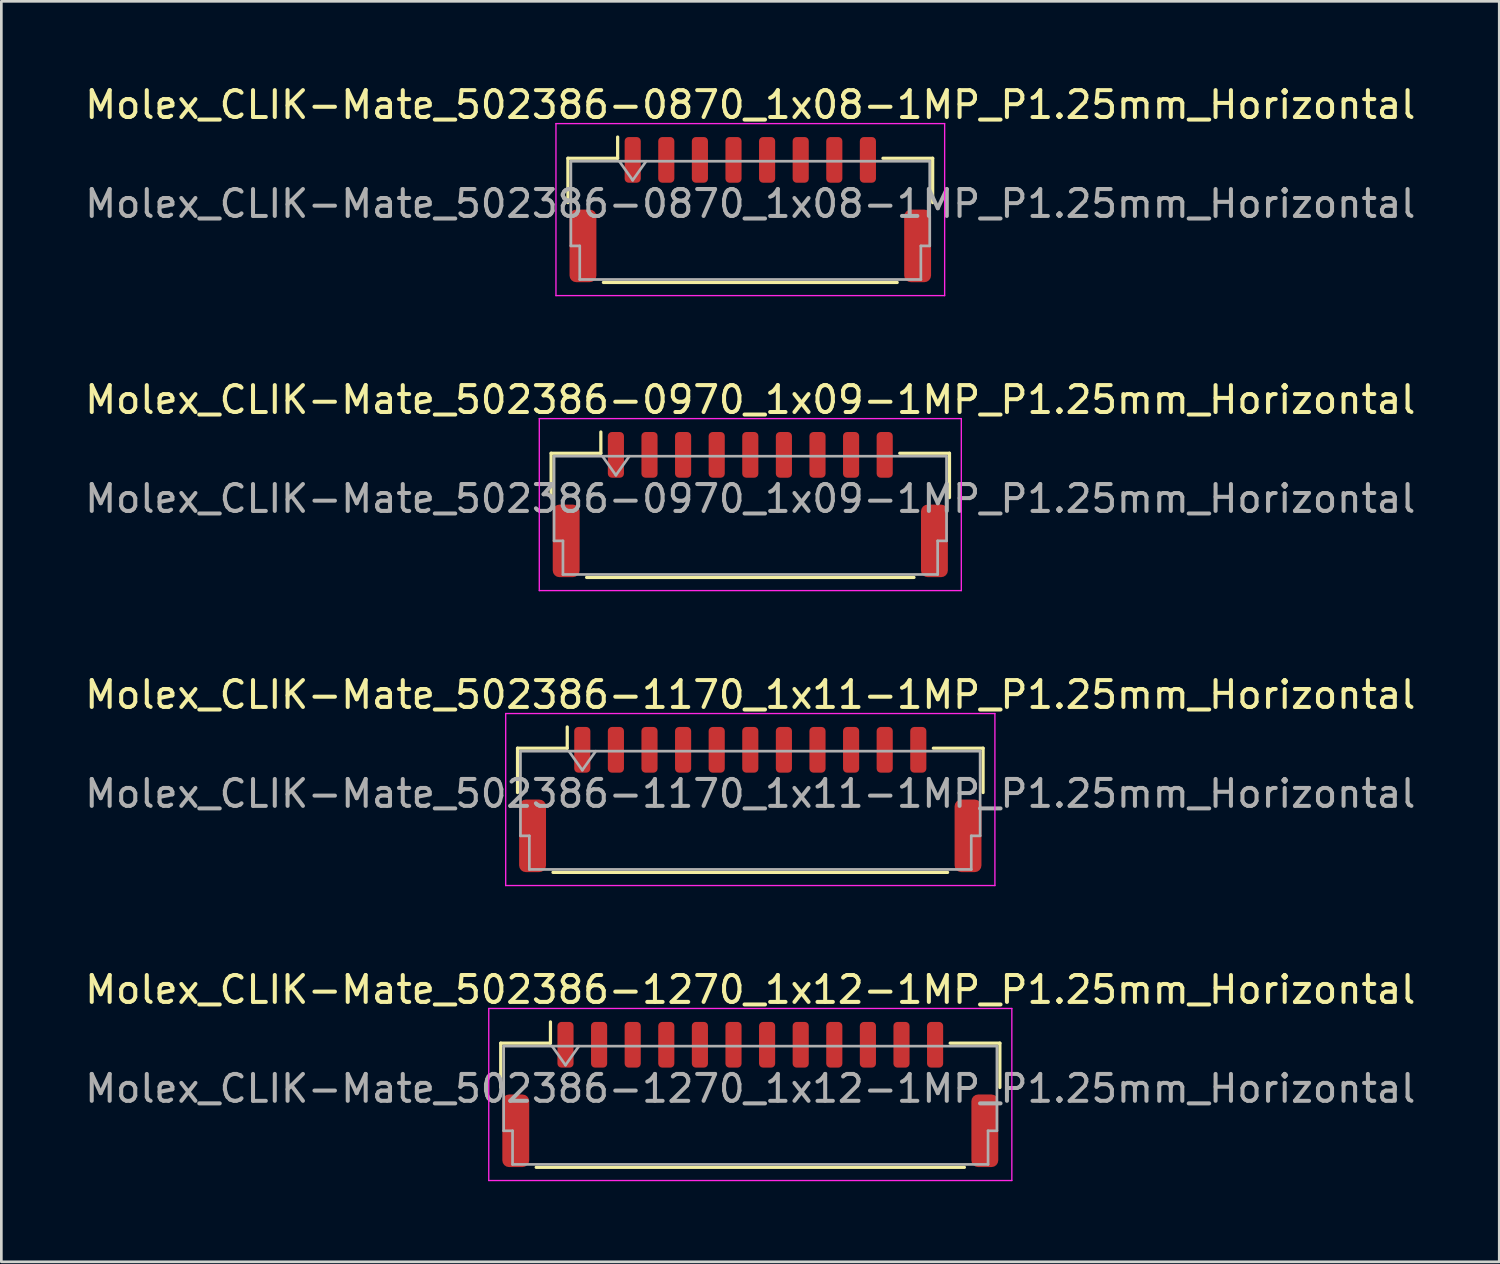
<source format=kicad_pcb>
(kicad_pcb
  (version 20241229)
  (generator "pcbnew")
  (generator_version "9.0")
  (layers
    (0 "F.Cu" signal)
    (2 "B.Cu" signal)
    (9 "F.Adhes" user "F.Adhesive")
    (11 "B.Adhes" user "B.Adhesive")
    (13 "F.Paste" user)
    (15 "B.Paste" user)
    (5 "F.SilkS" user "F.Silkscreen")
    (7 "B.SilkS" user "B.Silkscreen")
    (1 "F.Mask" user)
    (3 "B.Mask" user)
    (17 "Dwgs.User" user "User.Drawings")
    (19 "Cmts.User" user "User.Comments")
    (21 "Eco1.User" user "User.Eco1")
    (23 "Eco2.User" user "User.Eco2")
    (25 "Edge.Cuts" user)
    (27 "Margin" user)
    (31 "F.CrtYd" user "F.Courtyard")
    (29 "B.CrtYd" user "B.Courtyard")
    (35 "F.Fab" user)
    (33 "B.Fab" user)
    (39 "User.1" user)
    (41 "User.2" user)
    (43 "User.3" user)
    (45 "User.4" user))
  (footprint "Molex_CLIK-Mate_502386-0870_1x08-1MP_P1.25mm_Horizontal"
    (layer "F.Cu")
    (at 24.863 4.748)
    (property "Reference" "Molex_CLIK-Mate_502386-0870_1x08-1MP_P1.25mm_Horizontal" (at 0 -3.9 0) (layer "F.SilkS") (effects (font (size 1 1) (thickness 0.15))))
    (attr smd)
    (fp_line (start -6.785 -1.91) (end -4.935 -1.91) (stroke (width 0.12) (type solid)) (layer "F.SilkS"))
    (fp_line (start -6.785 -0.26) (end -6.785 -1.91) (stroke (width 0.12) (type solid)) (layer "F.SilkS"))
    (fp_line (start -5.465 2.71) (end 5.465 2.71) (stroke (width 0.12) (type solid)) (layer "F.SilkS"))
    (fp_line (start -4.935 -1.91) (end -4.935 -2.7) (stroke (width 0.12) (type solid)) (layer "F.SilkS"))
    (fp_line (start 6.785 -1.91) (end 4.935 -1.91) (stroke (width 0.12) (type solid)) (layer "F.SilkS"))
    (fp_line (start 6.785 -0.26) (end 6.785 -1.91) (stroke (width 0.12) (type solid)) (layer "F.SilkS"))
    (fp_line (start -7.23 -3.2) (end -7.23 3.2) (stroke (width 0.05) (type solid)) (layer "F.CrtYd"))
    (fp_line (start -7.23 3.2) (end 7.23 3.2) (stroke (width 0.05) (type solid)) (layer "F.CrtYd"))
    (fp_line (start 7.23 -3.2) (end -7.23 -3.2) (stroke (width 0.05) (type solid)) (layer "F.CrtYd"))
    (fp_line (start 7.23 3.2) (end 7.23 -3.2) (stroke (width 0.05) (type solid)) (layer "F.CrtYd"))
    (fp_line (start -6.675 -1.8) (end -6.675 1.35) (stroke (width 0.1) (type solid)) (layer "F.Fab"))
    (fp_line (start -6.675 -1.8) (end 6.675 -1.8) (stroke (width 0.1) (type solid)) (layer "F.Fab"))
    (fp_line (start -6.675 1.35) (end -6.345 1.35) (stroke (width 0.1) (type solid)) (layer "F.Fab"))
    (fp_line (start -6.345 1.35) (end -6.345 2.6) (stroke (width 0.1) (type solid)) (layer "F.Fab"))
    (fp_line (start -6.345 2.6) (end 6.345 2.6) (stroke (width 0.1) (type solid)) (layer "F.Fab"))
    (fp_line (start -4.875 -1.8) (end -4.375 -1.093) (stroke (width 0.1) (type solid)) (layer "F.Fab"))
    (fp_line (start -4.375 -1.093) (end -3.875 -1.8) (stroke (width 0.1) (type solid)) (layer "F.Fab"))
    (fp_line (start 6.345 1.35) (end 6.675 1.35) (stroke (width 0.1) (type solid)) (layer "F.Fab"))
    (fp_line (start 6.345 2.6) (end 6.345 1.35) (stroke (width 0.1) (type solid)) (layer "F.Fab"))
    (fp_line (start 6.675 -1.8) (end 6.675 1.35) (stroke (width 0.1) (type solid)) (layer "F.Fab"))
    (fp_text user "${REFERENCE}" (at 0 -0.22 0) (layer "F.Fab") (effects (font (size 1 1) (thickness 0.15))))
    (pad "1" smd roundrect (at -4.375 -1.85) (size 0.6 1.7) (layers "F.Cu" "F.Mask" "F.Paste") (roundrect_rratio 0.25))
    (pad "2" smd roundrect (at -3.125 -1.85) (size 0.6 1.7) (layers "F.Cu" "F.Mask" "F.Paste") (roundrect_rratio 0.25))
    (pad "3" smd roundrect (at -1.875 -1.85) (size 0.6 1.7) (layers "F.Cu" "F.Mask" "F.Paste") (roundrect_rratio 0.25))
    (pad "4" smd roundrect (at -0.625 -1.85) (size 0.6 1.7) (layers "F.Cu" "F.Mask" "F.Paste") (roundrect_rratio 0.25))
    (pad "5" smd roundrect (at 0.625 -1.85) (size 0.6 1.7) (layers "F.Cu" "F.Mask" "F.Paste") (roundrect_rratio 0.25))
    (pad "6" smd roundrect (at 1.875 -1.85) (size 0.6 1.7) (layers "F.Cu" "F.Mask" "F.Paste") (roundrect_rratio 0.25))
    (pad "7" smd roundrect (at 3.125 -1.85) (size 0.6 1.7) (layers "F.Cu" "F.Mask" "F.Paste") (roundrect_rratio 0.25))
    (pad "8" smd roundrect (at 4.375 -1.85) (size 0.6 1.7) (layers "F.Cu" "F.Mask" "F.Paste") (roundrect_rratio 0.25))
    (pad "MP" smd roundrect (at -6.225 1.35) (size 1 2.7) (layers "F.Cu" "F.Mask" "F.Paste") (roundrect_rratio 0.25))
    (pad "MP" smd roundrect (at 6.225 1.35) (size 1 2.7) (layers "F.Cu" "F.Mask" "F.Paste") (roundrect_rratio 0.25)))
  (footprint "Molex_CLIK-Mate_502386-1270_1x12-1MP_P1.25mm_Horizontal"
    (layer "F.Cu")
    (at 24.863 37.668)
    (property "Reference" "Molex_CLIK-Mate_502386-1270_1x12-1MP_P1.25mm_Horizontal" (at 0 -3.9 0) (layer "F.SilkS") (effects (font (size 1 1) (thickness 0.15))))
    (attr smd)
    (fp_line (start -9.285 -1.91) (end -7.435 -1.91) (stroke (width 0.12) (type solid)) (layer "F.SilkS"))
    (fp_line (start -9.285 -0.26) (end -9.285 -1.91) (stroke (width 0.12) (type solid)) (layer "F.SilkS"))
    (fp_line (start -7.965 2.71) (end 7.965 2.71) (stroke (width 0.12) (type solid)) (layer "F.SilkS"))
    (fp_line (start -7.435 -1.91) (end -7.435 -2.7) (stroke (width 0.12) (type solid)) (layer "F.SilkS"))
    (fp_line (start 9.285 -1.91) (end 7.435 -1.91) (stroke (width 0.12) (type solid)) (layer "F.SilkS"))
    (fp_line (start 9.285 -0.26) (end 9.285 -1.91) (stroke (width 0.12) (type solid)) (layer "F.SilkS"))
    (fp_line (start -9.73 -3.2) (end -9.73 3.2) (stroke (width 0.05) (type solid)) (layer "F.CrtYd"))
    (fp_line (start -9.73 3.2) (end 9.73 3.2) (stroke (width 0.05) (type solid)) (layer "F.CrtYd"))
    (fp_line (start 9.73 -3.2) (end -9.73 -3.2) (stroke (width 0.05) (type solid)) (layer "F.CrtYd"))
    (fp_line (start 9.73 3.2) (end 9.73 -3.2) (stroke (width 0.05) (type solid)) (layer "F.CrtYd"))
    (fp_line (start -9.175 -1.8) (end -9.175 1.35) (stroke (width 0.1) (type solid)) (layer "F.Fab"))
    (fp_line (start -9.175 -1.8) (end 9.175 -1.8) (stroke (width 0.1) (type solid)) (layer "F.Fab"))
    (fp_line (start -9.175 1.35) (end -8.845 1.35) (stroke (width 0.1) (type solid)) (layer "F.Fab"))
    (fp_line (start -8.845 1.35) (end -8.845 2.6) (stroke (width 0.1) (type solid)) (layer "F.Fab"))
    (fp_line (start -8.845 2.6) (end 8.845 2.6) (stroke (width 0.1) (type solid)) (layer "F.Fab"))
    (fp_line (start -7.375 -1.8) (end -6.875 -1.093) (stroke (width 0.1) (type solid)) (layer "F.Fab"))
    (fp_line (start -6.875 -1.093) (end -6.375 -1.8) (stroke (width 0.1) (type solid)) (layer "F.Fab"))
    (fp_line (start 8.845 1.35) (end 9.175 1.35) (stroke (width 0.1) (type solid)) (layer "F.Fab"))
    (fp_line (start 8.845 2.6) (end 8.845 1.35) (stroke (width 0.1) (type solid)) (layer "F.Fab"))
    (fp_line (start 9.175 -1.8) (end 9.175 1.35) (stroke (width 0.1) (type solid)) (layer "F.Fab"))
    (fp_text user "${REFERENCE}" (at 0 -0.22 0) (layer "F.Fab") (effects (font (size 1 1) (thickness 0.15))))
    (pad "1" smd roundrect (at -6.875 -1.85) (size 0.6 1.7) (layers "F.Cu" "F.Mask" "F.Paste") (roundrect_rratio 0.25))
    (pad "2" smd roundrect (at -5.625 -1.85) (size 0.6 1.7) (layers "F.Cu" "F.Mask" "F.Paste") (roundrect_rratio 0.25))
    (pad "3" smd roundrect (at -4.375 -1.85) (size 0.6 1.7) (layers "F.Cu" "F.Mask" "F.Paste") (roundrect_rratio 0.25))
    (pad "4" smd roundrect (at -3.125 -1.85) (size 0.6 1.7) (layers "F.Cu" "F.Mask" "F.Paste") (roundrect_rratio 0.25))
    (pad "5" smd roundrect (at -1.875 -1.85) (size 0.6 1.7) (layers "F.Cu" "F.Mask" "F.Paste") (roundrect_rratio 0.25))
    (pad "6" smd roundrect (at -0.625 -1.85) (size 0.6 1.7) (layers "F.Cu" "F.Mask" "F.Paste") (roundrect_rratio 0.25))
    (pad "7" smd roundrect (at 0.625 -1.85) (size 0.6 1.7) (layers "F.Cu" "F.Mask" "F.Paste") (roundrect_rratio 0.25))
    (pad "8" smd roundrect (at 1.875 -1.85) (size 0.6 1.7) (layers "F.Cu" "F.Mask" "F.Paste") (roundrect_rratio 0.25))
    (pad "9" smd roundrect (at 3.125 -1.85) (size 0.6 1.7) (layers "F.Cu" "F.Mask" "F.Paste") (roundrect_rratio 0.25))
    (pad "10" smd roundrect (at 4.375 -1.85) (size 0.6 1.7) (layers "F.Cu" "F.Mask" "F.Paste") (roundrect_rratio 0.25))
    (pad "11" smd roundrect (at 5.625 -1.85) (size 0.6 1.7) (layers "F.Cu" "F.Mask" "F.Paste") (roundrect_rratio 0.25))
    (pad "12" smd roundrect (at 6.875 -1.85) (size 0.6 1.7) (layers "F.Cu" "F.Mask" "F.Paste") (roundrect_rratio 0.25))
    (pad "MP" smd roundrect (at -8.725 1.35) (size 1 2.7) (layers "F.Cu" "F.Mask" "F.Paste") (roundrect_rratio 0.25))
    (pad "MP" smd roundrect (at 8.725 1.35) (size 1 2.7) (layers "F.Cu" "F.Mask" "F.Paste") (roundrect_rratio 0.25)))
  (footprint "Molex_CLIK-Mate_502386-1170_1x11-1MP_P1.25mm_Horizontal"
    (layer "F.Cu")
    (at 24.863 26.695)
    (property "Reference" "Molex_CLIK-Mate_502386-1170_1x11-1MP_P1.25mm_Horizontal" (at 0 -3.9 0) (layer "F.SilkS") (effects (font (size 1 1) (thickness 0.15))))
    (attr smd)
    (fp_line (start -8.66 -1.91) (end -6.81 -1.91) (stroke (width 0.12) (type solid)) (layer "F.SilkS"))
    (fp_line (start -8.66 -0.26) (end -8.66 -1.91) (stroke (width 0.12) (type solid)) (layer "F.SilkS"))
    (fp_line (start -7.34 2.71) (end 7.34 2.71) (stroke (width 0.12) (type solid)) (layer "F.SilkS"))
    (fp_line (start -6.81 -1.91) (end -6.81 -2.7) (stroke (width 0.12) (type solid)) (layer "F.SilkS"))
    (fp_line (start 8.66 -1.91) (end 6.81 -1.91) (stroke (width 0.12) (type solid)) (layer "F.SilkS"))
    (fp_line (start 8.66 -0.26) (end 8.66 -1.91) (stroke (width 0.12) (type solid)) (layer "F.SilkS"))
    (fp_line (start -9.1 -3.2) (end -9.1 3.2) (stroke (width 0.05) (type solid)) (layer "F.CrtYd"))
    (fp_line (start -9.1 3.2) (end 9.1 3.2) (stroke (width 0.05) (type solid)) (layer "F.CrtYd"))
    (fp_line (start 9.1 -3.2) (end -9.1 -3.2) (stroke (width 0.05) (type solid)) (layer "F.CrtYd"))
    (fp_line (start 9.1 3.2) (end 9.1 -3.2) (stroke (width 0.05) (type solid)) (layer "F.CrtYd"))
    (fp_line (start -8.55 -1.8) (end -8.55 1.35) (stroke (width 0.1) (type solid)) (layer "F.Fab"))
    (fp_line (start -8.55 -1.8) (end 8.55 -1.8) (stroke (width 0.1) (type solid)) (layer "F.Fab"))
    (fp_line (start -8.55 1.35) (end -8.22 1.35) (stroke (width 0.1) (type solid)) (layer "F.Fab"))
    (fp_line (start -8.22 1.35) (end -8.22 2.6) (stroke (width 0.1) (type solid)) (layer "F.Fab"))
    (fp_line (start -8.22 2.6) (end 8.22 2.6) (stroke (width 0.1) (type solid)) (layer "F.Fab"))
    (fp_line (start -6.75 -1.8) (end -6.25 -1.093) (stroke (width 0.1) (type solid)) (layer "F.Fab"))
    (fp_line (start -6.25 -1.093) (end -5.75 -1.8) (stroke (width 0.1) (type solid)) (layer "F.Fab"))
    (fp_line (start 8.22 1.35) (end 8.55 1.35) (stroke (width 0.1) (type solid)) (layer "F.Fab"))
    (fp_line (start 8.22 2.6) (end 8.22 1.35) (stroke (width 0.1) (type solid)) (layer "F.Fab"))
    (fp_line (start 8.55 -1.8) (end 8.55 1.35) (stroke (width 0.1) (type solid)) (layer "F.Fab"))
    (fp_text user "${REFERENCE}" (at 0 -0.22 0) (layer "F.Fab") (effects (font (size 1 1) (thickness 0.15))))
    (pad "1" smd roundrect (at -6.25 -1.85) (size 0.6 1.7) (layers "F.Cu" "F.Mask" "F.Paste") (roundrect_rratio 0.25))
    (pad "2" smd roundrect (at -5 -1.85) (size 0.6 1.7) (layers "F.Cu" "F.Mask" "F.Paste") (roundrect_rratio 0.25))
    (pad "3" smd roundrect (at -3.75 -1.85) (size 0.6 1.7) (layers "F.Cu" "F.Mask" "F.Paste") (roundrect_rratio 0.25))
    (pad "4" smd roundrect (at -2.5 -1.85) (size 0.6 1.7) (layers "F.Cu" "F.Mask" "F.Paste") (roundrect_rratio 0.25))
    (pad "5" smd roundrect (at -1.25 -1.85) (size 0.6 1.7) (layers "F.Cu" "F.Mask" "F.Paste") (roundrect_rratio 0.25))
    (pad "6" smd roundrect (at 0 -1.85) (size 0.6 1.7) (layers "F.Cu" "F.Mask" "F.Paste") (roundrect_rratio 0.25))
    (pad "7" smd roundrect (at 1.25 -1.85) (size 0.6 1.7) (layers "F.Cu" "F.Mask" "F.Paste") (roundrect_rratio 0.25))
    (pad "8" smd roundrect (at 2.5 -1.85) (size 0.6 1.7) (layers "F.Cu" "F.Mask" "F.Paste") (roundrect_rratio 0.25))
    (pad "9" smd roundrect (at 3.75 -1.85) (size 0.6 1.7) (layers "F.Cu" "F.Mask" "F.Paste") (roundrect_rratio 0.25))
    (pad "10" smd roundrect (at 5 -1.85) (size 0.6 1.7) (layers "F.Cu" "F.Mask" "F.Paste") (roundrect_rratio 0.25))
    (pad "11" smd roundrect (at 6.25 -1.85) (size 0.6 1.7) (layers "F.Cu" "F.Mask" "F.Paste") (roundrect_rratio 0.25))
    (pad "MP" smd roundrect (at -8.1 1.35) (size 1 2.7) (layers "F.Cu" "F.Mask" "F.Paste") (roundrect_rratio 0.25))
    (pad "MP" smd roundrect (at 8.1 1.35) (size 1 2.7) (layers "F.Cu" "F.Mask" "F.Paste") (roundrect_rratio 0.25)))
  (footprint "Molex_CLIK-Mate_502386-0970_1x09-1MP_P1.25mm_Horizontal"
    (layer "F.Cu")
    (at 24.863 15.722)
    (property "Reference" "Molex_CLIK-Mate_502386-0970_1x09-1MP_P1.25mm_Horizontal" (at 0 -3.9 0) (layer "F.SilkS") (effects (font (size 1 1) (thickness 0.15))))
    (attr smd)
    (fp_line (start -7.41 -1.91) (end -5.56 -1.91) (stroke (width 0.12) (type solid)) (layer "F.SilkS"))
    (fp_line (start -7.41 -0.26) (end -7.41 -1.91) (stroke (width 0.12) (type solid)) (layer "F.SilkS"))
    (fp_line (start -6.09 2.71) (end 6.09 2.71) (stroke (width 0.12) (type solid)) (layer "F.SilkS"))
    (fp_line (start -5.56 -1.91) (end -5.56 -2.7) (stroke (width 0.12) (type solid)) (layer "F.SilkS"))
    (fp_line (start 7.41 -1.91) (end 5.56 -1.91) (stroke (width 0.12) (type solid)) (layer "F.SilkS"))
    (fp_line (start 7.41 -0.26) (end 7.41 -1.91) (stroke (width 0.12) (type solid)) (layer "F.SilkS"))
    (fp_line (start -7.85 -3.2) (end -7.85 3.2) (stroke (width 0.05) (type solid)) (layer "F.CrtYd"))
    (fp_line (start -7.85 3.2) (end 7.85 3.2) (stroke (width 0.05) (type solid)) (layer "F.CrtYd"))
    (fp_line (start 7.85 -3.2) (end -7.85 -3.2) (stroke (width 0.05) (type solid)) (layer "F.CrtYd"))
    (fp_line (start 7.85 3.2) (end 7.85 -3.2) (stroke (width 0.05) (type solid)) (layer "F.CrtYd"))
    (fp_line (start -7.3 -1.8) (end -7.3 1.35) (stroke (width 0.1) (type solid)) (layer "F.Fab"))
    (fp_line (start -7.3 -1.8) (end 7.3 -1.8) (stroke (width 0.1) (type solid)) (layer "F.Fab"))
    (fp_line (start -7.3 1.35) (end -6.97 1.35) (stroke (width 0.1) (type solid)) (layer "F.Fab"))
    (fp_line (start -6.97 1.35) (end -6.97 2.6) (stroke (width 0.1) (type solid)) (layer "F.Fab"))
    (fp_line (start -6.97 2.6) (end 6.97 2.6) (stroke (width 0.1) (type solid)) (layer "F.Fab"))
    (fp_line (start -5.5 -1.8) (end -5 -1.093) (stroke (width 0.1) (type solid)) (layer "F.Fab"))
    (fp_line (start -5 -1.093) (end -4.5 -1.8) (stroke (width 0.1) (type solid)) (layer "F.Fab"))
    (fp_line (start 6.97 1.35) (end 7.3 1.35) (stroke (width 0.1) (type solid)) (layer "F.Fab"))
    (fp_line (start 6.97 2.6) (end 6.97 1.35) (stroke (width 0.1) (type solid)) (layer "F.Fab"))
    (fp_line (start 7.3 -1.8) (end 7.3 1.35) (stroke (width 0.1) (type solid)) (layer "F.Fab"))
    (fp_text user "${REFERENCE}" (at 0 -0.22 0) (layer "F.Fab") (effects (font (size 1 1) (thickness 0.15))))
    (pad "1" smd roundrect (at -5 -1.85) (size 0.6 1.7) (layers "F.Cu" "F.Mask" "F.Paste") (roundrect_rratio 0.25))
    (pad "2" smd roundrect (at -3.75 -1.85) (size 0.6 1.7) (layers "F.Cu" "F.Mask" "F.Paste") (roundrect_rratio 0.25))
    (pad "3" smd roundrect (at -2.5 -1.85) (size 0.6 1.7) (layers "F.Cu" "F.Mask" "F.Paste") (roundrect_rratio 0.25))
    (pad "4" smd roundrect (at -1.25 -1.85) (size 0.6 1.7) (layers "F.Cu" "F.Mask" "F.Paste") (roundrect_rratio 0.25))
    (pad "5" smd roundrect (at 0 -1.85) (size 0.6 1.7) (layers "F.Cu" "F.Mask" "F.Paste") (roundrect_rratio 0.25))
    (pad "6" smd roundrect (at 1.25 -1.85) (size 0.6 1.7) (layers "F.Cu" "F.Mask" "F.Paste") (roundrect_rratio 0.25))
    (pad "7" smd roundrect (at 2.5 -1.85) (size 0.6 1.7) (layers "F.Cu" "F.Mask" "F.Paste") (roundrect_rratio 0.25))
    (pad "8" smd roundrect (at 3.75 -1.85) (size 0.6 1.7) (layers "F.Cu" "F.Mask" "F.Paste") (roundrect_rratio 0.25))
    (pad "9" smd roundrect (at 5 -1.85) (size 0.6 1.7) (layers "F.Cu" "F.Mask" "F.Paste") (roundrect_rratio 0.25))
    (pad "MP" smd roundrect (at -6.85 1.35) (size 1 2.7) (layers "F.Cu" "F.Mask" "F.Paste") (roundrect_rratio 0.25))
    (pad "MP" smd roundrect (at 6.85 1.35) (size 1 2.7) (layers "F.Cu" "F.Mask" "F.Paste") (roundrect_rratio 0.25)))
  (gr_rect
    (start -3 -3)
    (end 52.726 43.893)
    (stroke (width 0.1) (type default))
    (fill no)
    (layer "Edge.Cuts")))
</source>
